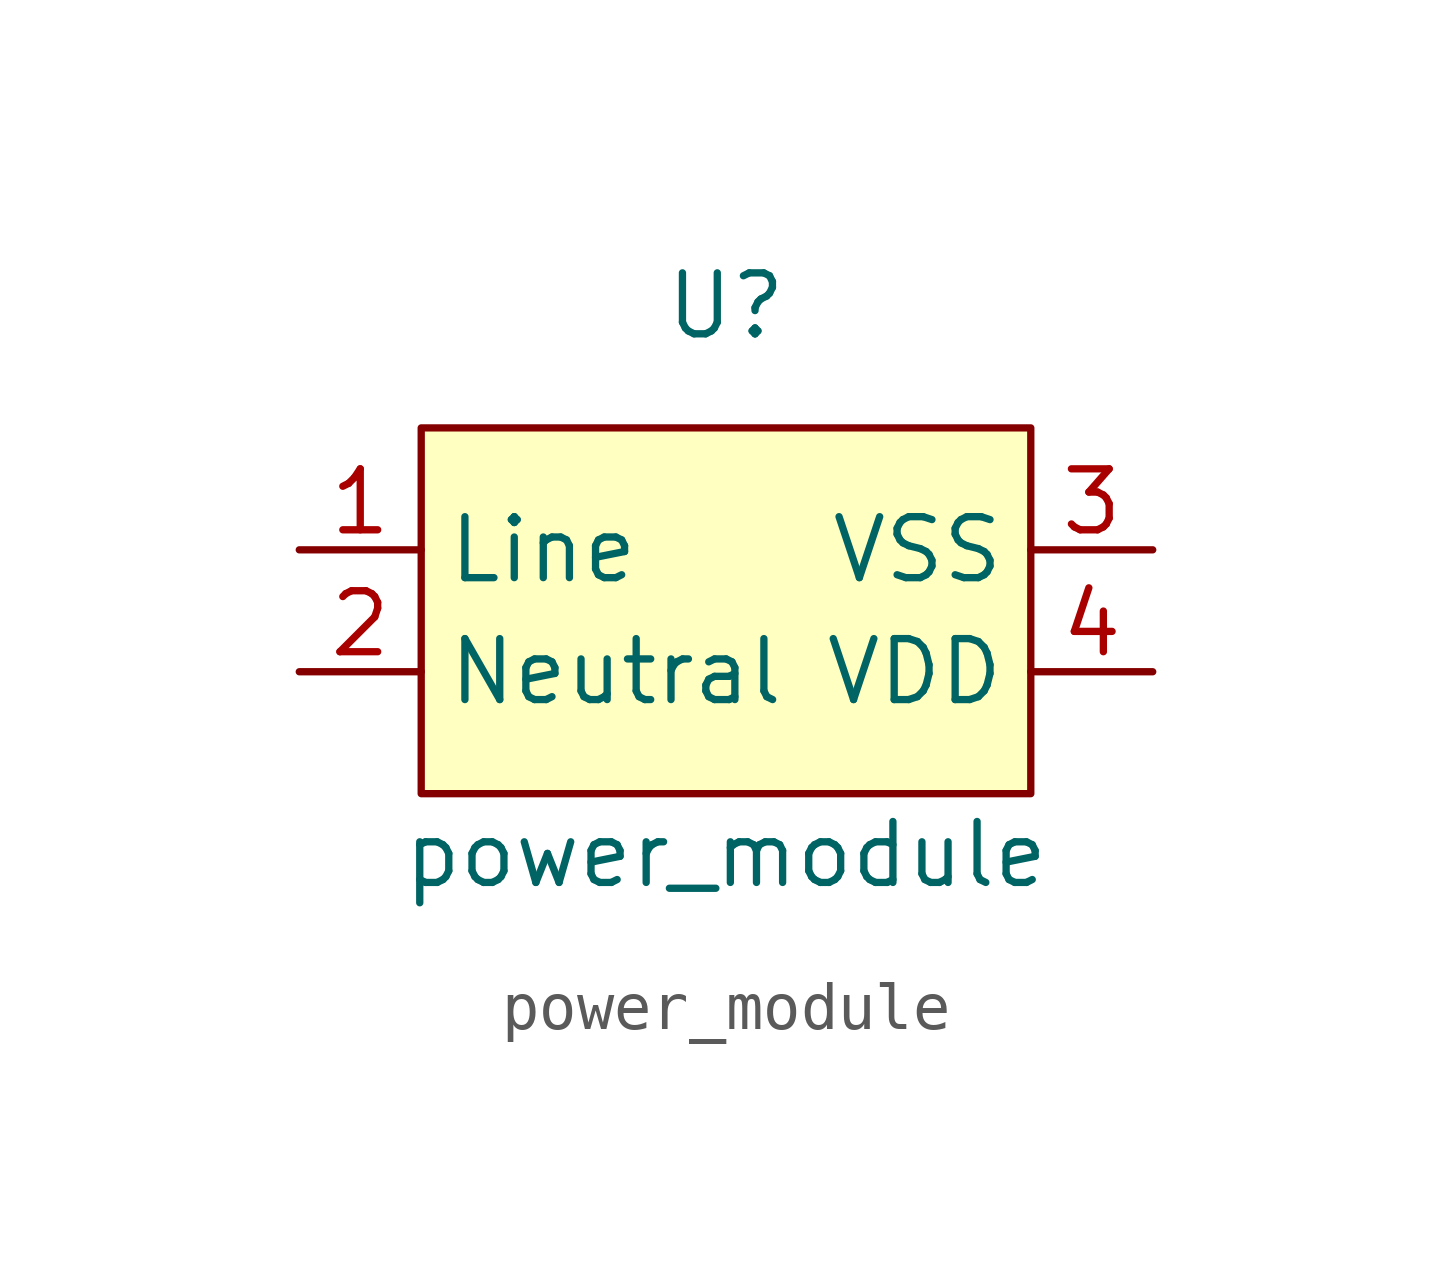
<source format=kicad_sym>
(kicad_symbol_lib
  (version 20211014)
  (generator kicad_symbol_editor)
  (symbol "power_module"
    (property "Reference" "U"
      (at 0 6.35 0)
      (effects (font (size 1.27 1.27))))
    (property "Value" "power_module"
      (at 0 -5.08 0)
      (effects (font (size 1.27 1.27))))
    (symbol "power_module_0_1"
      (rectangle (start -6.35 3.81) (end 6.35 -3.81) (stroke (width 0) (type default) (color 0 0 0 0)) (fill (type background))))
    (symbol "power_module_1_1"
      (pin power_in line (at -8.89 1.27 0) (length 2.54) (name "Line" (effects (font (size 1.27 1.27)))) (number "1" (effects (font (size 1.27 1.27)))))
      (pin power_in line (at -8.89 -1.27 0) (length 2.54) (name "Neutral" (effects (font (size 1.27 1.27)))) (number "2" (effects (font (size 1.27 1.27)))))
      (pin power_out line (at 8.89 1.27 180) (length 2.54) (name "VSS" (effects (font (size 1.27 1.27)))) (number "3" (effects (font (size 1.27 1.27)))))
      (pin power_out line (at 8.89 -1.27 180) (length 2.54) (name "VDD" (effects (font (size 1.27 1.27)))) (number "4" (effects (font (size 1.27 1.27))))))))
</source>
